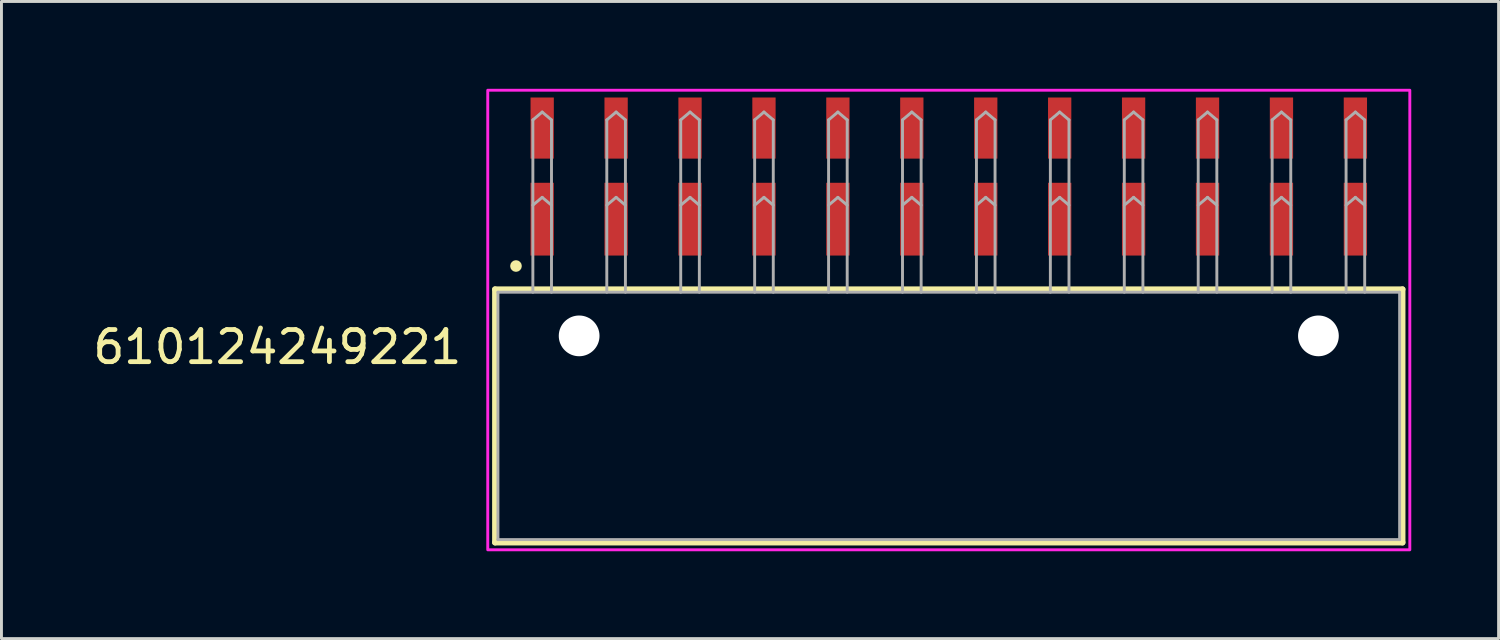
<source format=kicad_pcb>
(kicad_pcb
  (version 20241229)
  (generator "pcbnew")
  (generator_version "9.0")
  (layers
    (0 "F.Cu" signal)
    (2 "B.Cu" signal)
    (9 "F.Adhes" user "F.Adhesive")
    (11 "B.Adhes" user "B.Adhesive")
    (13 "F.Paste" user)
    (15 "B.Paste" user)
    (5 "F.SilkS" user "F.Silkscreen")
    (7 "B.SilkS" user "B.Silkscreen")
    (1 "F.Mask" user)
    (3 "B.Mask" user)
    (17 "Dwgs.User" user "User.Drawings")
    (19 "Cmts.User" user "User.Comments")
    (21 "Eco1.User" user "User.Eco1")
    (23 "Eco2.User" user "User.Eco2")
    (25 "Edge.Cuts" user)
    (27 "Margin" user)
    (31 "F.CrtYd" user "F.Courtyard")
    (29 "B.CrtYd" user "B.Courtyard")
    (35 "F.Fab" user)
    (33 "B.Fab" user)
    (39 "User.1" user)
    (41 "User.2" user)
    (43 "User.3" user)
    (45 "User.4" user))
  (footprint "610124249221"
    (layer "F.Cu")
    (at 29.548 11.24)
    (property "Reference" "610124249221" (at -16.646 -1.72 0) (unlocked yes) (layer "F.SilkS") (effects (font (size 1.105 1.105) (thickness 0.165)) (justify right bottom)))
    (fp_line (start -15.59 -4.35) (end 15.59 -4.35) (stroke (width 0.2) (type solid)) (layer "F.SilkS"))
    (fp_line (start -15.59 4.35) (end -15.59 -4.35) (stroke (width 0.2) (type solid)) (layer "F.SilkS"))
    (fp_line (start 15.59 -4.35) (end 15.59 4.35) (stroke (width 0.2) (type solid)) (layer "F.SilkS"))
    (fp_line (start 15.59 4.35) (end -15.59 4.35) (stroke (width 0.2) (type solid)) (layer "F.SilkS"))
    (fp_circle (center -14.87 -5.15) (end -14.77 -5.15) (stroke (width 0.2) (type solid)) (fill no) (layer "F.SilkS"))
    (fp_poly (pts (xy 15.84 4.6) (xy -15.84 4.6) (xy -15.84 -11.19) (xy 15.84 -11.19)) (stroke (width 0.1) (type default)) (fill no) (layer "F.CrtYd"))
    (fp_line (start -15.49 -4.25) (end -15.49 4.25) (stroke (width 0.1) (type solid)) (layer "F.Fab"))
    (fp_line (start -14.29 -10.17) (end -14.29 -4.25) (stroke (width 0.1) (type solid)) (layer "F.Fab"))
    (fp_line (start -14.29 -10.17) (end -13.97 -10.44) (stroke (width 0.1) (type solid)) (layer "F.Fab"))
    (fp_line (start -14.29 -7.24) (end -13.97 -7.51) (stroke (width 0.1) (type solid)) (layer "F.Fab"))
    (fp_line (start -13.97 -10.44) (end -13.65 -10.17) (stroke (width 0.1) (type solid)) (layer "F.Fab"))
    (fp_line (start -13.97 -7.51) (end -13.65 -7.24) (stroke (width 0.1) (type solid)) (layer "F.Fab"))
    (fp_line (start -13.65 -10.17) (end -13.65 -4.25) (stroke (width 0.1) (type solid)) (layer "F.Fab"))
    (fp_line (start -11.75 -10.17) (end -11.75 -4.25) (stroke (width 0.1) (type solid)) (layer "F.Fab"))
    (fp_line (start -11.75 -10.17) (end -11.43 -10.44) (stroke (width 0.1) (type solid)) (layer "F.Fab"))
    (fp_line (start -11.75 -7.24) (end -11.43 -7.51) (stroke (width 0.1) (type solid)) (layer "F.Fab"))
    (fp_line (start -11.43 -10.44) (end -11.11 -10.17) (stroke (width 0.1) (type solid)) (layer "F.Fab"))
    (fp_line (start -11.43 -7.51) (end -11.11 -7.24) (stroke (width 0.1) (type solid)) (layer "F.Fab"))
    (fp_line (start -11.11 -10.17) (end -11.11 -4.25) (stroke (width 0.1) (type solid)) (layer "F.Fab"))
    (fp_line (start -9.21 -10.17) (end -9.21 -4.25) (stroke (width 0.1) (type solid)) (layer "F.Fab"))
    (fp_line (start -9.21 -10.17) (end -8.89 -10.44) (stroke (width 0.1) (type solid)) (layer "F.Fab"))
    (fp_line (start -9.21 -7.24) (end -8.89 -7.51) (stroke (width 0.1) (type solid)) (layer "F.Fab"))
    (fp_line (start -8.89 -10.44) (end -8.57 -10.17) (stroke (width 0.1) (type solid)) (layer "F.Fab"))
    (fp_line (start -8.89 -7.51) (end -8.57 -7.24) (stroke (width 0.1) (type solid)) (layer "F.Fab"))
    (fp_line (start -8.57 -10.17) (end -8.57 -4.25) (stroke (width 0.1) (type solid)) (layer "F.Fab"))
    (fp_line (start -6.67 -10.17) (end -6.67 -4.25) (stroke (width 0.1) (type solid)) (layer "F.Fab"))
    (fp_line (start -6.67 -10.17) (end -6.35 -10.44) (stroke (width 0.1) (type solid)) (layer "F.Fab"))
    (fp_line (start -6.67 -7.24) (end -6.35 -7.51) (stroke (width 0.1) (type solid)) (layer "F.Fab"))
    (fp_line (start -6.35 -10.44) (end -6.03 -10.17) (stroke (width 0.1) (type solid)) (layer "F.Fab"))
    (fp_line (start -6.35 -7.51) (end -6.03 -7.24) (stroke (width 0.1) (type solid)) (layer "F.Fab"))
    (fp_line (start -6.03 -10.17) (end -6.03 -4.25) (stroke (width 0.1) (type solid)) (layer "F.Fab"))
    (fp_line (start -4.13 -10.17) (end -4.13 -4.25) (stroke (width 0.1) (type solid)) (layer "F.Fab"))
    (fp_line (start -4.13 -10.17) (end -3.81 -10.44) (stroke (width 0.1) (type solid)) (layer "F.Fab"))
    (fp_line (start -4.13 -7.24) (end -3.81 -7.51) (stroke (width 0.1) (type solid)) (layer "F.Fab"))
    (fp_line (start -3.81 -10.44) (end -3.49 -10.17) (stroke (width 0.1) (type solid)) (layer "F.Fab"))
    (fp_line (start -3.81 -7.51) (end -3.49 -7.24) (stroke (width 0.1) (type solid)) (layer "F.Fab"))
    (fp_line (start -3.49 -10.17) (end -3.49 -4.25) (stroke (width 0.1) (type solid)) (layer "F.Fab"))
    (fp_line (start -1.59 -10.17) (end -1.59 -4.25) (stroke (width 0.1) (type solid)) (layer "F.Fab"))
    (fp_line (start -1.59 -10.17) (end -1.27 -10.44) (stroke (width 0.1) (type solid)) (layer "F.Fab"))
    (fp_line (start -1.59 -7.24) (end -1.27 -7.51) (stroke (width 0.1) (type solid)) (layer "F.Fab"))
    (fp_line (start -1.27 -10.44) (end -0.95 -10.17) (stroke (width 0.1) (type solid)) (layer "F.Fab"))
    (fp_line (start -1.27 -7.51) (end -0.95 -7.24) (stroke (width 0.1) (type solid)) (layer "F.Fab"))
    (fp_line (start -0.95 -10.17) (end -0.95 -4.25) (stroke (width 0.1) (type solid)) (layer "F.Fab"))
    (fp_line (start 0.95 -10.17) (end 0.95 -4.25) (stroke (width 0.1) (type solid)) (layer "F.Fab"))
    (fp_line (start 0.95 -10.17) (end 1.27 -10.44) (stroke (width 0.1) (type solid)) (layer "F.Fab"))
    (fp_line (start 0.95 -7.24) (end 1.27 -7.51) (stroke (width 0.1) (type solid)) (layer "F.Fab"))
    (fp_line (start 0.95 -4.25) (end -15.49 -4.25) (stroke (width 0.1) (type solid)) (layer "F.Fab"))
    (fp_line (start 1.27 -10.44) (end 1.59 -10.17) (stroke (width 0.1) (type solid)) (layer "F.Fab"))
    (fp_line (start 1.27 -7.51) (end 1.59 -7.24) (stroke (width 0.1) (type solid)) (layer "F.Fab"))
    (fp_line (start 1.59 -10.17) (end 1.59 -4.25) (stroke (width 0.1) (type solid)) (layer "F.Fab"))
    (fp_line (start 1.59 -4.25) (end 0.95 -4.25) (stroke (width 0.1) (type solid)) (layer "F.Fab"))
    (fp_line (start 3.49 -10.17) (end 3.49 -4.25) (stroke (width 0.1) (type solid)) (layer "F.Fab"))
    (fp_line (start 3.49 -10.17) (end 3.81 -10.44) (stroke (width 0.1) (type solid)) (layer "F.Fab"))
    (fp_line (start 3.49 -7.24) (end 3.81 -7.51) (stroke (width 0.1) (type solid)) (layer "F.Fab"))
    (fp_line (start 3.81 -10.44) (end 4.13 -10.17) (stroke (width 0.1) (type solid)) (layer "F.Fab"))
    (fp_line (start 3.81 -7.51) (end 4.13 -7.24) (stroke (width 0.1) (type solid)) (layer "F.Fab"))
    (fp_line (start 4.13 -10.17) (end 4.13 -4.25) (stroke (width 0.1) (type solid)) (layer "F.Fab"))
    (fp_line (start 6.03 -10.17) (end 6.03 -4.25) (stroke (width 0.1) (type solid)) (layer "F.Fab"))
    (fp_line (start 6.03 -10.17) (end 6.35 -10.44) (stroke (width 0.1) (type solid)) (layer "F.Fab"))
    (fp_line (start 6.03 -7.24) (end 6.35 -7.51) (stroke (width 0.1) (type solid)) (layer "F.Fab"))
    (fp_line (start 6.35 -10.44) (end 6.67 -10.17) (stroke (width 0.1) (type solid)) (layer "F.Fab"))
    (fp_line (start 6.35 -7.51) (end 6.67 -7.24) (stroke (width 0.1) (type solid)) (layer "F.Fab"))
    (fp_line (start 6.67 -10.17) (end 6.67 -4.25) (stroke (width 0.1) (type solid)) (layer "F.Fab"))
    (fp_line (start 8.57 -10.17) (end 8.57 -4.25) (stroke (width 0.1) (type solid)) (layer "F.Fab"))
    (fp_line (start 8.57 -10.17) (end 8.89 -10.44) (stroke (width 0.1) (type solid)) (layer "F.Fab"))
    (fp_line (start 8.57 -7.24) (end 8.89 -7.51) (stroke (width 0.1) (type solid)) (layer "F.Fab"))
    (fp_line (start 8.89 -10.44) (end 9.21 -10.17) (stroke (width 0.1) (type solid)) (layer "F.Fab"))
    (fp_line (start 8.89 -7.51) (end 9.21 -7.24) (stroke (width 0.1) (type solid)) (layer "F.Fab"))
    (fp_line (start 9.21 -10.17) (end 9.21 -4.25) (stroke (width 0.1) (type solid)) (layer "F.Fab"))
    (fp_line (start 11.11 -10.17) (end 11.11 -4.25) (stroke (width 0.1) (type solid)) (layer "F.Fab"))
    (fp_line (start 11.11 -10.17) (end 11.43 -10.44) (stroke (width 0.1) (type solid)) (layer "F.Fab"))
    (fp_line (start 11.11 -7.24) (end 11.43 -7.51) (stroke (width 0.1) (type solid)) (layer "F.Fab"))
    (fp_line (start 11.43 -10.44) (end 11.75 -10.17) (stroke (width 0.1) (type solid)) (layer "F.Fab"))
    (fp_line (start 11.43 -7.51) (end 11.75 -7.24) (stroke (width 0.1) (type solid)) (layer "F.Fab"))
    (fp_line (start 11.75 -10.17) (end 11.75 -4.25) (stroke (width 0.1) (type solid)) (layer "F.Fab"))
    (fp_line (start 13.65 -10.17) (end 13.65 -4.25) (stroke (width 0.1) (type solid)) (layer "F.Fab"))
    (fp_line (start 13.65 -10.17) (end 13.97 -10.44) (stroke (width 0.1) (type solid)) (layer "F.Fab"))
    (fp_line (start 13.65 -7.24) (end 13.97 -7.51) (stroke (width 0.1) (type solid)) (layer "F.Fab"))
    (fp_line (start 13.97 -10.44) (end 14.29 -10.17) (stroke (width 0.1) (type solid)) (layer "F.Fab"))
    (fp_line (start 13.97 -7.51) (end 14.29 -7.24) (stroke (width 0.1) (type solid)) (layer "F.Fab"))
    (fp_line (start 14.29 -10.17) (end 14.29 -4.25) (stroke (width 0.1) (type solid)) (layer "F.Fab"))
    (fp_line (start 15.49 -4.25) (end 1.59 -4.25) (stroke (width 0.1) (type solid)) (layer "F.Fab"))
    (fp_line (start 15.49 -4.25) (end 15.49 4.25) (stroke (width 0.1) (type solid)) (layer "F.Fab"))
    (fp_line (start 15.49 4.25) (end -15.49 4.25) (stroke (width 0.1) (type solid)) (layer "F.Fab"))
    (pad "" np_thru_hole circle (at -12.7 -2.75) (size 1.4 1.4) (drill 1.4) (layers "*.Cu" "*.Mask"))
    (pad "" np_thru_hole circle (at 12.7 -2.75) (size 1.4 1.4) (drill 1.4) (layers "*.Cu" "*.Mask"))
    (pad "1" smd rect (at -13.97 -6.76 180) (size 0.8 2.5) (layers "F.Cu" "F.Mask" "F.Paste"))
    (pad "2" smd rect (at -13.97 -9.89 180) (size 0.8 2.1) (layers "F.Cu" "F.Mask" "F.Paste"))
    (pad "3" smd rect (at -11.43 -6.76 180) (size 0.8 2.5) (layers "F.Cu" "F.Mask" "F.Paste"))
    (pad "4" smd rect (at -11.43 -9.89 180) (size 0.8 2.1) (layers "F.Cu" "F.Mask" "F.Paste"))
    (pad "5" smd rect (at -8.89 -6.76 180) (size 0.8 2.5) (layers "F.Cu" "F.Mask" "F.Paste"))
    (pad "6" smd rect (at -8.89 -9.89 180) (size 0.8 2.1) (layers "F.Cu" "F.Mask" "F.Paste"))
    (pad "7" smd rect (at -6.35 -6.76 180) (size 0.8 2.5) (layers "F.Cu" "F.Mask" "F.Paste"))
    (pad "8" smd rect (at -6.35 -9.89 180) (size 0.8 2.1) (layers "F.Cu" "F.Mask" "F.Paste"))
    (pad "9" smd rect (at -3.81 -6.76 180) (size 0.8 2.5) (layers "F.Cu" "F.Mask" "F.Paste"))
    (pad "10" smd rect (at -3.81 -9.89 180) (size 0.8 2.1) (layers "F.Cu" "F.Mask" "F.Paste"))
    (pad "11" smd rect (at -1.27 -6.76 180) (size 0.8 2.5) (layers "F.Cu" "F.Mask" "F.Paste"))
    (pad "12" smd rect (at -1.27 -9.89 180) (size 0.8 2.1) (layers "F.Cu" "F.Mask" "F.Paste"))
    (pad "13" smd rect (at 1.27 -6.76 180) (size 0.8 2.5) (layers "F.Cu" "F.Mask" "F.Paste"))
    (pad "14" smd rect (at 1.27 -9.89 180) (size 0.8 2.1) (layers "F.Cu" "F.Mask" "F.Paste"))
    (pad "15" smd rect (at 3.81 -6.76 180) (size 0.8 2.5) (layers "F.Cu" "F.Mask" "F.Paste"))
    (pad "16" smd rect (at 3.81 -9.89 180) (size 0.8 2.1) (layers "F.Cu" "F.Mask" "F.Paste"))
    (pad "17" smd rect (at 6.35 -6.76 180) (size 0.8 2.5) (layers "F.Cu" "F.Mask" "F.Paste"))
    (pad "18" smd rect (at 6.35 -9.89 180) (size 0.8 2.1) (layers "F.Cu" "F.Mask" "F.Paste"))
    (pad "19" smd rect (at 8.89 -6.76 180) (size 0.8 2.5) (layers "F.Cu" "F.Mask" "F.Paste"))
    (pad "20" smd rect (at 8.89 -9.89 180) (size 0.8 2.1) (layers "F.Cu" "F.Mask" "F.Paste"))
    (pad "21" smd rect (at 11.43 -6.76 180) (size 0.8 2.5) (layers "F.Cu" "F.Mask" "F.Paste"))
    (pad "22" smd rect (at 11.43 -9.89 180) (size 0.8 2.1) (layers "F.Cu" "F.Mask" "F.Paste"))
    (pad "23" smd rect (at 13.97 -6.76 180) (size 0.8 2.5) (layers "F.Cu" "F.Mask" "F.Paste"))
    (pad "24" smd rect (at 13.97 -9.89 180) (size 0.8 2.1) (layers "F.Cu" "F.Mask" "F.Paste")))
  (gr_rect
    (start -3 -3)
    (end 48.438 18.89)
    (stroke (width 0.1) (type default))
    (fill no)
    (layer "Edge.Cuts")))
</source>
